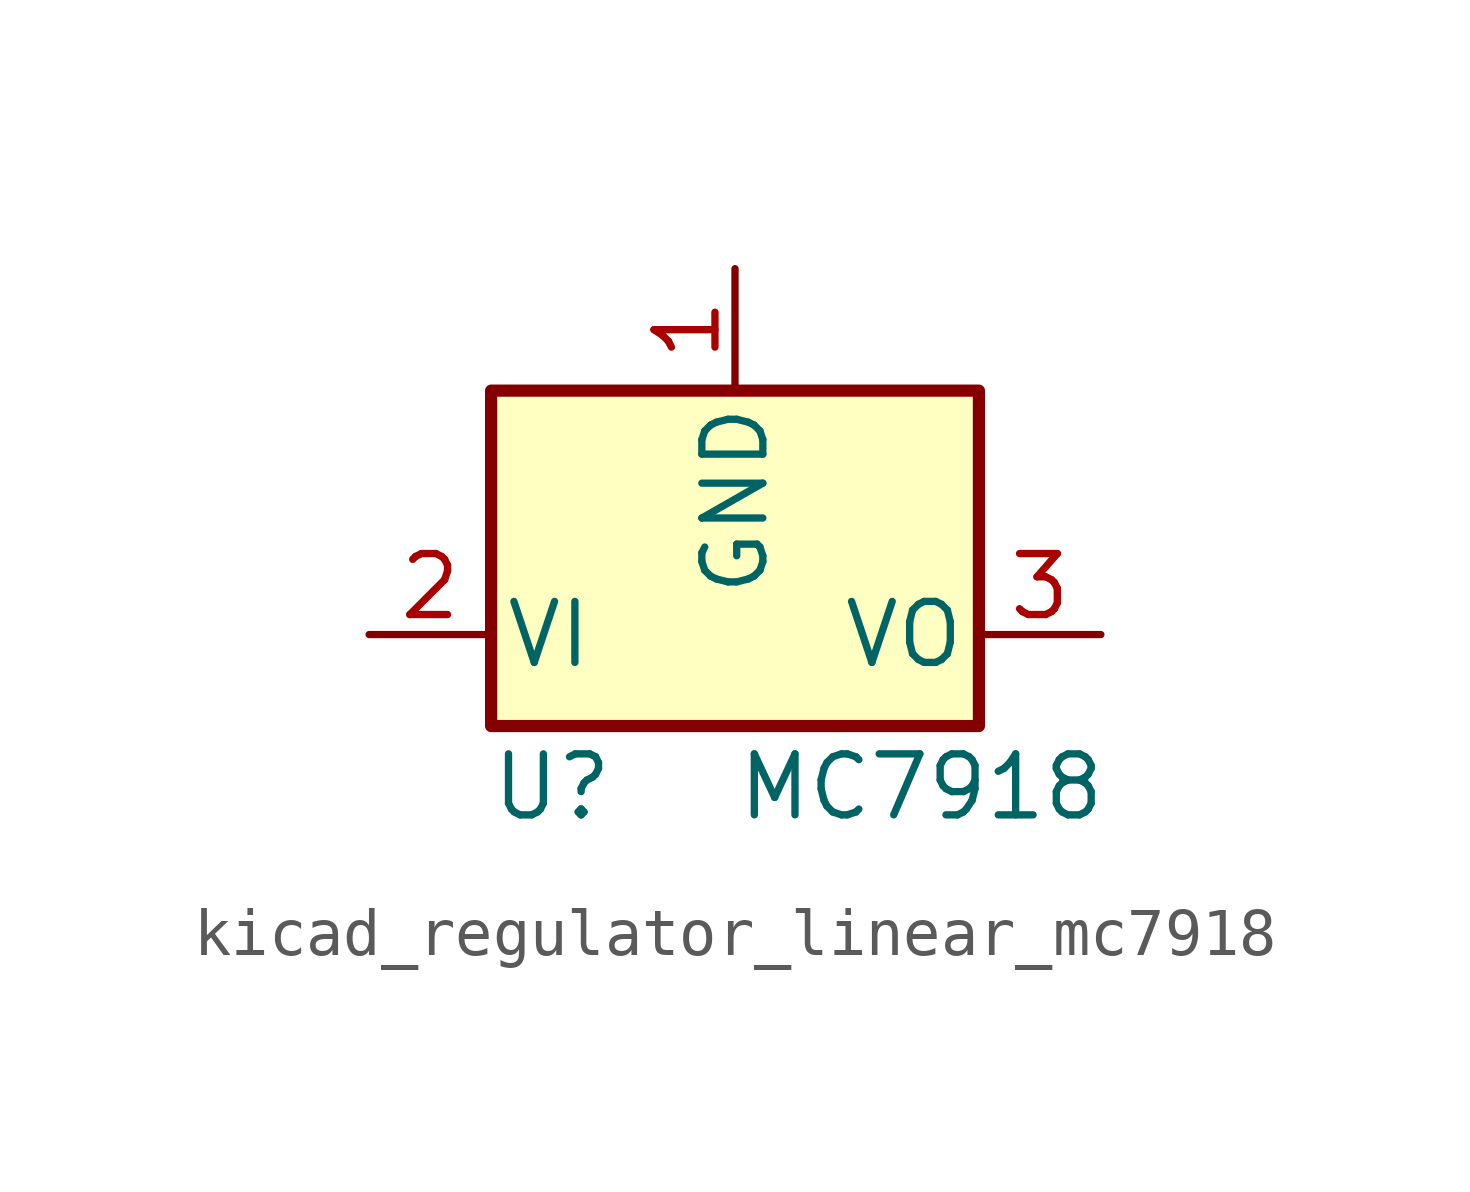
<source format=kicad_sym>
(kicad_symbol_lib
  (version 20220914)
  (generator kicad_symbol_editor)
  (symbol "kicad_regulator_linear_mc7918"
    (pin_names
      (offset 0.254))
    (property "Reference" "U"
      (at -3.81 -3.175 0)
      (effects (font (size 1.27 1.27))))
    (property "Value" "MC7918"
      (at 0 -3.175 0)
      (effects (font (size 1.27 1.27)) (justify left)))
    (symbol "kicad_regulator_linear_mc7918_0_1"
      (rectangle (start -5.08 5.08) (end 5.08 -1.905) (stroke (width 0.254) (type default)) (fill (type background))))
    (symbol "kicad_regulator_linear_mc7918_1_1"
      (pin power_in line (at 0 7.62 270) (length 2.54) (name "GND" (effects (font (size 1.27 1.27)))) (number "1" (effects (font (size 1.27 1.27)))))
      (pin power_in line (at -7.62 0 0) (length 2.54) (name "VI" (effects (font (size 1.27 1.27)))) (number "2" (effects (font (size 1.27 1.27)))))
      (pin power_out line (at 7.62 0 180) (length 2.54) (name "VO" (effects (font (size 1.27 1.27)))) (number "3" (effects (font (size 1.27 1.27))))))))
</source>
